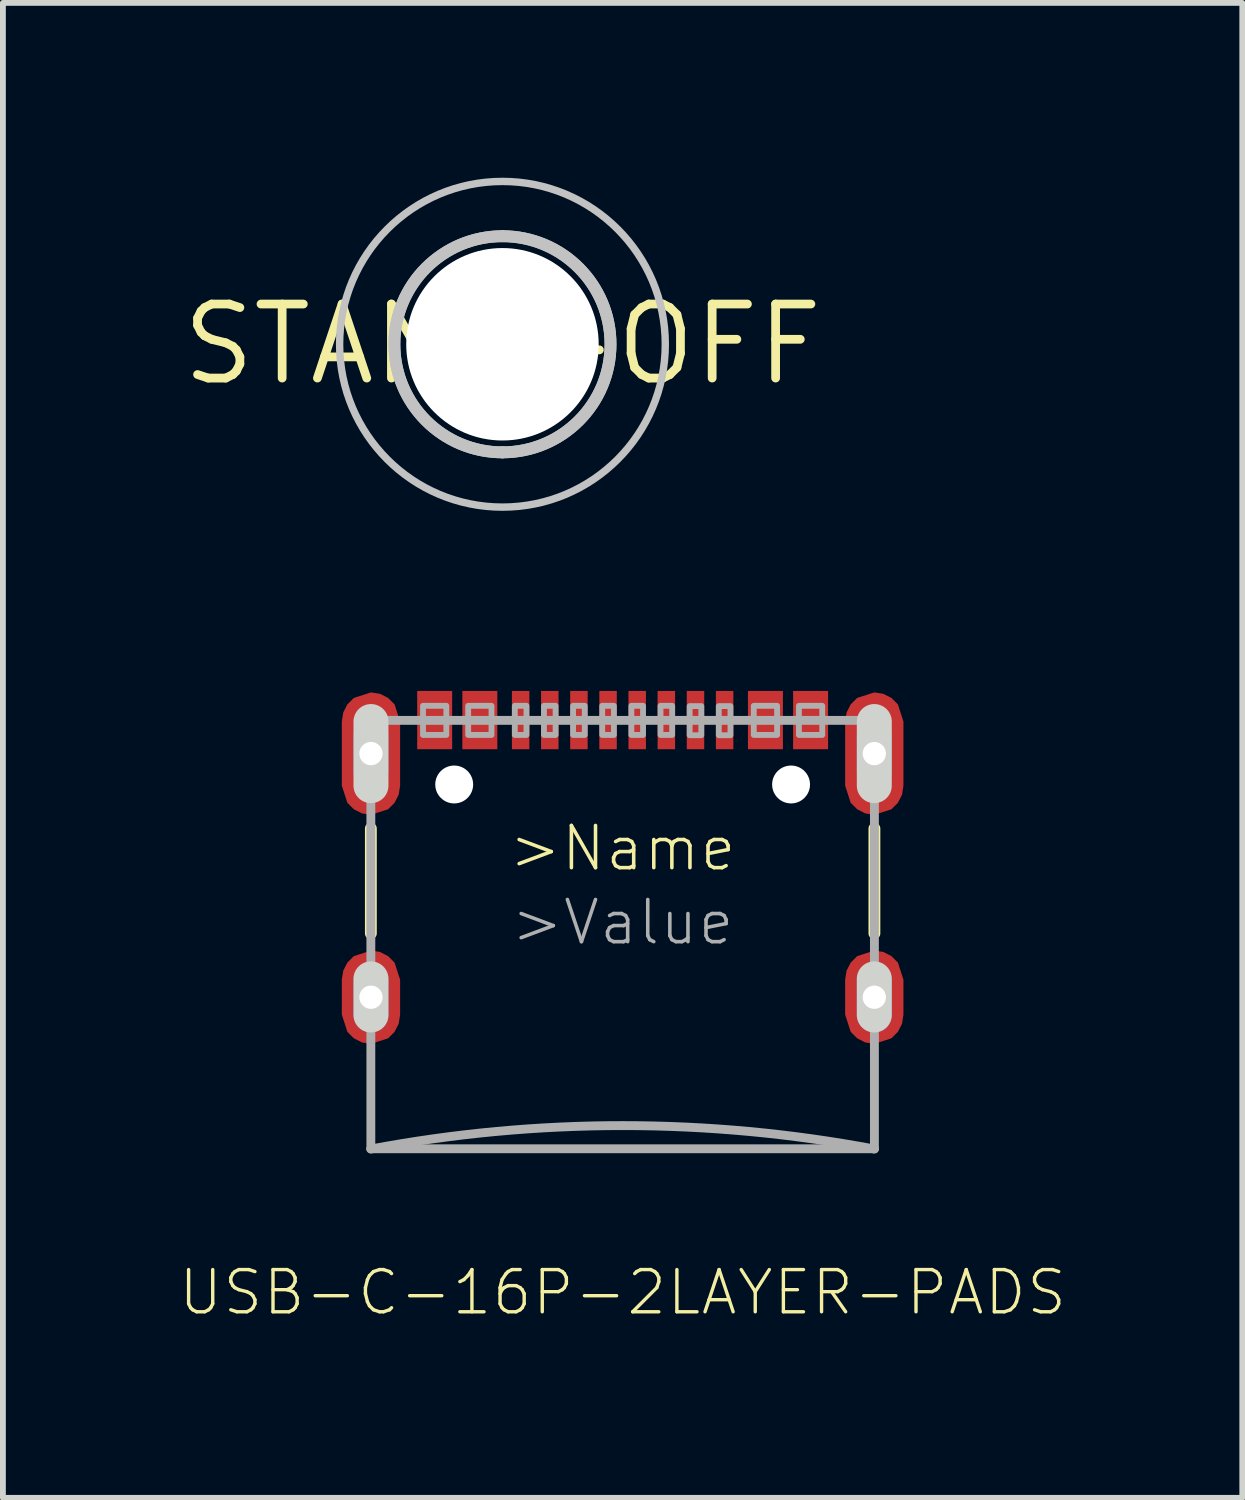
<source format=kicad_pcb>
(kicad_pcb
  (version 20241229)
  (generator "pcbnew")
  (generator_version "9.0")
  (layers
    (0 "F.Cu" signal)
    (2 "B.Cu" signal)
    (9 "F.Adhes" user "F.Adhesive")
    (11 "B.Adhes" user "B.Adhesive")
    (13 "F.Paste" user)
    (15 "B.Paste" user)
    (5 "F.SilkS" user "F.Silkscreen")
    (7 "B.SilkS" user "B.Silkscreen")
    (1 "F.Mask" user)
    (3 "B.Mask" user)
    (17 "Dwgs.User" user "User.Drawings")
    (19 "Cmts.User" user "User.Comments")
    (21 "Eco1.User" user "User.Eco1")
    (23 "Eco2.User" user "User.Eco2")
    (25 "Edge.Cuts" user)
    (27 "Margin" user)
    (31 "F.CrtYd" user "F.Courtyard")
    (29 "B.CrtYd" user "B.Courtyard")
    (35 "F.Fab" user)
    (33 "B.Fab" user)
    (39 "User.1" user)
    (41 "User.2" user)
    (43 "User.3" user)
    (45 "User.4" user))
  (footprint "USB-C-16P-2LAYER-PADS"
    (layer "F.Cu")
    (at 7.633 8.965)
    (property "Reference" "USB-C-16P-2LAYER-PADS" (at 0 10.16 180) (layer "F.SilkS") (effects (font (size 0.724 0.724) (thickness 0.058))))
    (attr through_hole)
    (fp_poly (pts (xy -4.318 5.895) (xy -4.473 5.871) (xy -4.612 5.8) (xy -4.723 5.689) (xy -4.818 5.395) (xy -4.818 4.795) (xy -4.794 4.64) (xy -4.723 4.501) (xy -4.612 4.39) (xy -4.318 4.295) (xy -4.163 4.319) (xy -4.024 4.39) (xy -3.913 4.501) (xy -3.818 4.795) (xy -3.818 5.395) (xy -3.842 5.55) (xy -3.913 5.689) (xy -4.024 5.8)) (stroke (width 0) (type solid)) (fill yes) (layer "F.Cu"))
    (fp_poly (pts (xy -3.818 0.365) (xy -3.818 1.465) (xy -3.842 1.62) (xy -3.913 1.759) (xy -4.024 1.87) (xy -4.318 1.965) (xy -4.473 1.941) (xy -4.612 1.87) (xy -4.723 1.759) (xy -4.818 1.465) (xy -4.818 0.365) (xy -4.794 0.21) (xy -4.723 0.071) (xy -4.612 -0.04) (xy -4.318 -0.135) (xy -4.163 -0.111) (xy -4.024 -0.04) (xy -3.913 0.071)) (stroke (width 0) (type solid)) (fill yes) (layer "F.Cu"))
    (fp_poly (pts (xy 4.818 0.365) (xy 4.818 1.465) (xy 4.794 1.62) (xy 4.723 1.759) (xy 4.612 1.87) (xy 4.318 1.965) (xy 4.163 1.941) (xy 4.024 1.87) (xy 3.913 1.759) (xy 3.818 1.465) (xy 3.818 0.365) (xy 3.842 0.21) (xy 3.913 0.071) (xy 4.024 -0.04) (xy 4.318 -0.135) (xy 4.473 -0.111) (xy 4.612 -0.04) (xy 4.723 0.071)) (stroke (width 0) (type solid)) (fill yes) (layer "F.Cu"))
    (fp_poly (pts (xy 4.818 4.795) (xy 4.818 5.395) (xy 4.794 5.55) (xy 4.723 5.689) (xy 4.612 5.8) (xy 4.318 5.895) (xy 4.163 5.871) (xy 4.024 5.8) (xy 3.913 5.689) (xy 3.818 5.395) (xy 3.818 4.795) (xy 3.842 4.64) (xy 3.913 4.501) (xy 4.024 4.39) (xy 4.318 4.295) (xy 4.473 4.319) (xy 4.612 4.39) (xy 4.723 4.501)) (stroke (width 0) (type solid)) (fill yes) (layer "F.Cu"))
    (fp_poly (pts (xy -4.92 1.52) (xy -4.92 0.32) (xy -4.885 0.143) (xy -4.796 -0.015) (xy -4.664 -0.138) (xy -4.32 -0.235) (xy -4.14 -0.214) (xy -3.976 -0.138) (xy -3.844 -0.015) (xy -3.755 0.143) (xy -3.72 0.32) (xy -3.72 1.52) (xy -3.757 1.696) (xy -3.846 1.851) (xy -3.978 1.972) (xy -4.32 2.065) (xy -4.498 2.045) (xy -4.662 1.972) (xy -4.794 1.851)) (stroke (width 0) (type solid)) (fill yes) (layer "F.Mask"))
    (fp_poly (pts (xy -4.92 5.4) (xy -4.92 4.8) (xy -4.891 4.614) (xy -4.806 4.445) (xy -4.674 4.312) (xy -4.506 4.225) (xy -4.32 4.195) (xy -4.134 4.225) (xy -3.966 4.312) (xy -3.834 4.445) (xy -3.72 4.8) (xy -3.72 5.4) (xy -3.75 5.585) (xy -3.836 5.751) (xy -3.968 5.882) (xy -4.32 5.995) (xy -4.505 5.967) (xy -4.672 5.882) (xy -4.804 5.751)) (stroke (width 0) (type solid)) (fill yes) (layer "F.Mask"))
    (fp_poly (pts (xy 3.72 1.52) (xy 3.72 0.32) (xy 3.755 0.143) (xy 3.844 -0.015) (xy 3.976 -0.138) (xy 4.32 -0.235) (xy 4.5 -0.214) (xy 4.664 -0.138) (xy 4.796 -0.015) (xy 4.885 0.143) (xy 4.92 0.32) (xy 4.92 1.52) (xy 4.883 1.696) (xy 4.794 1.851) (xy 4.662 1.972) (xy 4.32 2.065) (xy 4.142 2.045) (xy 3.978 1.972) (xy 3.846 1.851)) (stroke (width 0) (type solid)) (fill yes) (layer "F.Mask"))
    (fp_poly (pts (xy 3.72 5.4) (xy 3.72 4.8) (xy 3.749 4.614) (xy 3.834 4.445) (xy 3.966 4.312) (xy 4.134 4.225) (xy 4.32 4.195) (xy 4.506 4.225) (xy 4.674 4.312) (xy 4.806 4.445) (xy 4.92 4.8) (xy 4.92 5.4) (xy 4.89 5.585) (xy 4.804 5.751) (xy 4.672 5.882) (xy 4.32 5.995) (xy 4.135 5.967) (xy 3.968 5.882) (xy 3.836 5.751)) (stroke (width 0) (type solid)) (fill yes) (layer "F.Mask"))
    (fp_poly (pts (xy -4.818 0.365) (xy -4.818 1.465) (xy -4.794 1.62) (xy -4.723 1.759) (xy -4.612 1.87) (xy -4.318 1.965) (xy -4.163 1.941) (xy -4.024 1.87) (xy -3.913 1.759) (xy -3.818 1.465) (xy -3.818 0.365) (xy -3.842 0.21) (xy -3.913 0.071) (xy -4.024 -0.04) (xy -4.318 -0.135) (xy -4.473 -0.111) (xy -4.612 -0.04) (xy -4.723 0.071)) (stroke (width 0) (type solid)) (fill yes) (layer "In1.Cu"))
    (fp_poly (pts (xy -4.818 4.795) (xy -4.818 5.395) (xy -4.794 5.55) (xy -4.723 5.689) (xy -4.612 5.8) (xy -4.318 5.895) (xy -4.163 5.871) (xy -4.024 5.8) (xy -3.913 5.689) (xy -3.818 5.395) (xy -3.818 4.795) (xy -3.842 4.64) (xy -3.913 4.501) (xy -4.024 4.39) (xy -4.318 4.295) (xy -4.473 4.319) (xy -4.612 4.39) (xy -4.723 4.501)) (stroke (width 0) (type solid)) (fill yes) (layer "In1.Cu"))
    (fp_poly (pts (xy 3.818 0.365) (xy 3.818 1.465) (xy 3.842 1.62) (xy 3.913 1.759) (xy 4.024 1.87) (xy 4.318 1.965) (xy 4.473 1.941) (xy 4.612 1.87) (xy 4.723 1.759) (xy 4.818 1.465) (xy 4.818 0.365) (xy 4.794 0.21) (xy 4.723 0.071) (xy 4.612 -0.04) (xy 4.318 -0.135) (xy 4.163 -0.111) (xy 4.024 -0.04) (xy 3.913 0.071)) (stroke (width 0) (type solid)) (fill yes) (layer "In1.Cu"))
    (fp_poly (pts (xy 4.318 5.895) (xy 4.473 5.871) (xy 4.612 5.8) (xy 4.723 5.689) (xy 4.818 5.395) (xy 4.818 4.795) (xy 4.794 4.64) (xy 4.723 4.501) (xy 4.612 4.39) (xy 4.318 4.295) (xy 4.163 4.319) (xy 4.024 4.39) (xy 3.913 4.501) (xy 3.818 4.795) (xy 3.818 5.395) (xy 3.842 5.55) (xy 3.913 5.689) (xy 4.024 5.8)) (stroke (width 0) (type solid)) (fill yes) (layer "In1.Cu"))
    (fp_line (start -4.32 2.2) (end -4.32 4) (stroke (width 0.203) (type solid)) (layer "F.SilkS"))
    (fp_line (start 4.32 2.2) (end 4.32 4) (stroke (width 0.203) (type solid)) (layer "F.SilkS"))
    (fp_poly (pts (xy -4.82 1.52) (xy -4.82 0.32) (xy -4.784 0.14) (xy -4.682 -0.012) (xy -4.35 -0.15) (xy -4.194 -0.135) (xy -4.05 -0.072) (xy -3.933 0.032) (xy -3.82 0.32) (xy -3.82 1.52) (xy -3.876 1.7) (xy -3.996 1.845) (xy -4.35 1.95) (xy -4.524 1.923) (xy -4.674 1.832)) (stroke (width 0) (type solid)) (fill yes) (layer "F.Paste"))
    (fp_poly (pts (xy -4.82 5.4) (xy -4.82 4.8) (xy -4.792 4.643) (xy -4.717 4.502) (xy -4.602 4.392) (xy -4.3 4.3) (xy -4.113 4.341) (xy -3.956 4.451) (xy -3.82 4.8) (xy -3.82 5.4) (xy -3.853 5.588) (xy -3.956 5.749) (xy -4.3 5.9) (xy -4.458 5.878) (xy -4.602 5.808) (xy -4.717 5.698)) (stroke (width 0) (type solid)) (fill yes) (layer "F.Paste"))
    (fp_poly (pts (xy 3.82 1.57) (xy 3.82 0.37) (xy 3.838 0.215) (xy 3.904 0.072) (xy 4.01 -0.043) (xy 4.146 -0.119) (xy 4.3 -0.15) (xy 4.454 -0.133) (xy 4.596 -0.07) (xy 4.711 0.034) (xy 4.82 0.32) (xy 4.82 1.52) (xy 4.767 1.698) (xy 4.649 1.843) (xy 4.3 1.95) (xy 4.132 1.936) (xy 3.981 1.859)) (stroke (width 0) (type solid)) (fill yes) (layer "F.Paste"))
    (fp_poly (pts (xy 3.82 5.45) (xy 3.82 4.85) (xy 3.834 4.689) (xy 3.898 4.541) (xy 4.004 4.419) (xy 4.3 4.3) (xy 4.458 4.322) (xy 4.602 4.392) (xy 4.717 4.502) (xy 4.82 4.8) (xy 4.82 5.4) (xy 4.789 5.587) (xy 4.689 5.747) (xy 4.35 5.9) (xy 4.197 5.888) (xy 4.054 5.83) (xy 3.937 5.73)) (stroke (width 0) (type solid)) (fill yes) (layer "F.Paste"))
    (fp_line (start -4.318 0.365) (end -4.318 1.465) (stroke (width 0.6) (type solid)) (layer "Edge.Cuts"))
    (fp_line (start -4.318 4.78) (end -4.318 5.4) (stroke (width 0.6) (type solid)) (layer "Edge.Cuts"))
    (fp_line (start 4.318 0.365) (end 4.318 1.465) (stroke (width 0.6) (type solid)) (layer "Edge.Cuts"))
    (fp_line (start 4.318 4.78) (end 4.318 5.4) (stroke (width 0.6) (type solid)) (layer "Edge.Cuts"))
    (fp_line (start -4.32 0.345) (end -4.32 1.965) (stroke (width 0.01) (type solid)) (layer "F.Fab"))
    (fp_line (start -4.32 0.345) (end 4.32 0.345) (stroke (width 0.152) (type solid)) (layer "F.Fab"))
    (fp_line (start -4.32 4.295) (end -4.32 5.895) (stroke (width 0.01) (type solid)) (layer "F.Fab"))
    (fp_line (start -4.32 7.695) (end -4.32 0.345) (stroke (width 0.152) (type solid)) (layer "F.Fab"))
    (fp_line (start -4.32 7.695) (end 4.32 7.695) (stroke (width 0.152) (type solid)) (layer "F.Fab"))
    (fp_line (start 4.32 0.345) (end 4.32 1.965) (stroke (width 0.01) (type solid)) (layer "F.Fab"))
    (fp_line (start 4.32 0.345) (end 4.32 7.695) (stroke (width 0.152) (type solid)) (layer "F.Fab"))
    (fp_line (start 4.32 4.295) (end 4.32 5.895) (stroke (width 0.01) (type solid)) (layer "F.Fab"))
    (fp_arc (start -4.32 7.7) (mid 0 7.297675) (end 4.32 7.7) (stroke (width 0.1524) (type solid)) (layer "F.Fab"))
    (fp_poly (pts (xy -3.425 0.595) (xy -3.025 0.595) (xy -3.025 0.095) (xy -3.425 0.095)) (stroke (width 0.1) (type solid)) (fill no) (layer "F.Fab"))
    (fp_poly (pts (xy -2.65 0.595) (xy -2.25 0.595) (xy -2.25 0.095) (xy -2.65 0.095)) (stroke (width 0.1) (type solid)) (fill no) (layer "F.Fab"))
    (fp_poly (pts (xy -1.85 0.595) (xy -1.65 0.595) (xy -1.65 0.095) (xy -1.85 0.095)) (stroke (width 0.1) (type solid)) (fill no) (layer "F.Fab"))
    (fp_poly (pts (xy -1.35 0.595) (xy -1.15 0.595) (xy -1.15 0.095) (xy -1.35 0.095)) (stroke (width 0.1) (type solid)) (fill no) (layer "F.Fab"))
    (fp_poly (pts (xy -0.85 0.595) (xy -0.65 0.595) (xy -0.65 0.095) (xy -0.85 0.095)) (stroke (width 0.1) (type solid)) (fill no) (layer "F.Fab"))
    (fp_poly (pts (xy -0.35 0.595) (xy -0.15 0.595) (xy -0.15 0.095) (xy -0.35 0.095)) (stroke (width 0.1) (type solid)) (fill no) (layer "F.Fab"))
    (fp_poly (pts (xy 0.15 0.595) (xy 0.35 0.595) (xy 0.35 0.095) (xy 0.15 0.095)) (stroke (width 0.1) (type solid)) (fill no) (layer "F.Fab"))
    (fp_poly (pts (xy 0.65 0.595) (xy 0.85 0.595) (xy 0.85 0.095) (xy 0.65 0.095)) (stroke (width 0.1) (type solid)) (fill no) (layer "F.Fab"))
    (fp_poly (pts (xy 1.15 0.6) (xy 1.35 0.6) (xy 1.35 0.1) (xy 1.15 0.1)) (stroke (width 0.1) (type solid)) (fill no) (layer "F.Fab"))
    (fp_poly (pts (xy 1.65 0.6) (xy 1.85 0.6) (xy 1.85 0.1) (xy 1.65 0.1)) (stroke (width 0.1) (type solid)) (fill no) (layer "F.Fab"))
    (fp_poly (pts (xy 2.25 0.595) (xy 2.65 0.595) (xy 2.65 0.095) (xy 2.25 0.095)) (stroke (width 0.1) (type solid)) (fill no) (layer "F.Fab"))
    (fp_poly (pts (xy 3.025 0.595) (xy 3.425 0.595) (xy 3.425 0.095) (xy 3.025 0.095)) (stroke (width 0.1) (type solid)) (fill no) (layer "F.Fab"))
    (fp_text user ">Name" (at 0 2.54 0) (layer "F.SilkS") (effects (font (size 0.724 0.724) (thickness 0.061))))
    (fp_text user ">Value" (at 0 3.81 0) (layer "F.Fab") (effects (font (size 0.724 0.724) (thickness 0.061))))
    (pad "" np_thru_hole circle (at -2.89 1.445) (size 0.65 0.65) (drill 0.65) (layers "*.Cu" "*.Mask"))
    (pad "" np_thru_hole circle (at 2.89 1.445) (size 0.65 0.65) (drill 0.65) (layers "*.Cu" "*.Mask"))
    (pad "A5" smd rect (at -1.25 0.34 180) (size 0.3 1) (layers "F.Cu" "F.Mask" "F.Paste"))
    (pad "A6" smd rect (at -0.25 0.34 180) (size 0.3 1) (layers "F.Cu" "F.Mask" "F.Paste"))
    (pad "A7" smd rect (at 0.25 0.34) (size 0.3 1) (layers "F.Cu" "F.Mask" "F.Paste"))
    (pad "A8" smd rect (at 1.25 0.34) (size 0.3 1) (layers "F.Cu" "F.Mask" "F.Paste"))
    (pad "B5" smd rect (at 1.75 0.34) (size 0.3 1) (layers "F.Cu" "F.Mask" "F.Paste"))
    (pad "B6" smd rect (at 0.75 0.34) (size 0.3 1) (layers "F.Cu" "F.Mask" "F.Paste"))
    (pad "B7" smd rect (at -0.75 0.34 180) (size 0.3 1) (layers "F.Cu" "F.Mask" "F.Paste"))
    (pad "B8" smd rect (at -1.75 0.34 180) (size 0.3 1) (layers "F.Cu" "F.Mask" "F.Paste"))
    (pad "GND" smd rect (at -3.225 0.34 180) (size 0.6 1) (layers "F.Cu" "F.Mask" "F.Paste"))
    (pad "GND2" smd rect (at 3.225 0.34) (size 0.6 1) (layers "F.Cu" "F.Mask" "F.Paste"))
    (pad "SHLD1" thru_hole oval (at -4.318 0.915 90) (size 1.2 0.6) (drill 0.4) (layers "*.Cu" "*.Mask"))
    (pad "SHLD2" thru_hole oval (at 4.318 0.915 90) (size 1.2 0.6) (drill 0.4) (layers "*.Cu" "*.Mask"))
    (pad "SHLD3" thru_hole oval (at -4.318 5.095 90) (size 1.2 0.6) (drill 0.4) (layers "*.Cu" "*.Mask"))
    (pad "SHLD4" thru_hole oval (at 4.318 5.095 90) (size 1.2 0.6) (drill 0.4) (layers "*.Cu" "*.Mask"))
    (pad "VBUS1" smd rect (at -2.45 0.34 180) (size 0.6 1) (layers "F.Cu" "F.Mask" "F.Paste"))
    (pad "VBUS2" smd rect (at 2.45 0.34) (size 0.6 1) (layers "F.Cu" "F.Mask" "F.Paste")))
  (footprint "STAND-OFF"
    (layer "F.Cu")
    (at 5.571 2.857)
    (property "Reference" "STAND-OFF" (at 0 0 0) (layer "F.SilkS") (effects (font (size 1.27 1.27) (thickness 0.15))))
    (attr through_hole)
    (fp_arc (start 0 -1.8542) (mid 1.8542 0) (end 0 1.8542) (stroke (width 0.2032) (type solid)) (layer "Dwgs.User"))
    (fp_arc (start 0 -1.8542) (mid 1.8542 0) (end 0 1.8542) (stroke (width 0.2032) (type solid)) (layer "Dwgs.User"))
    (fp_arc (start 0 1.8542) (mid -1.8542 0) (end 0 -1.8542) (stroke (width 0.2032) (type solid)) (layer "Dwgs.User"))
    (fp_arc (start 0 1.8542) (mid -1.8542 0) (end 0 -1.8542) (stroke (width 0.2032) (type solid)) (layer "Dwgs.User"))
    (fp_circle (center 0 0) (end 2.794 0) (stroke (width 0.127) (type solid)) (fill no) (layer "Dwgs.User"))
    (pad "" np_thru_hole circle (at 0 0) (size 3.302 3.302) (drill 3.302) (layers "*.Cu" "*.Mask")))
  (gr_rect
    (start -3 -3)
    (end 18.265 22.65)
    (stroke (width 0.1) (type default))
    (fill no)
    (layer "Edge.Cuts")))
</source>
